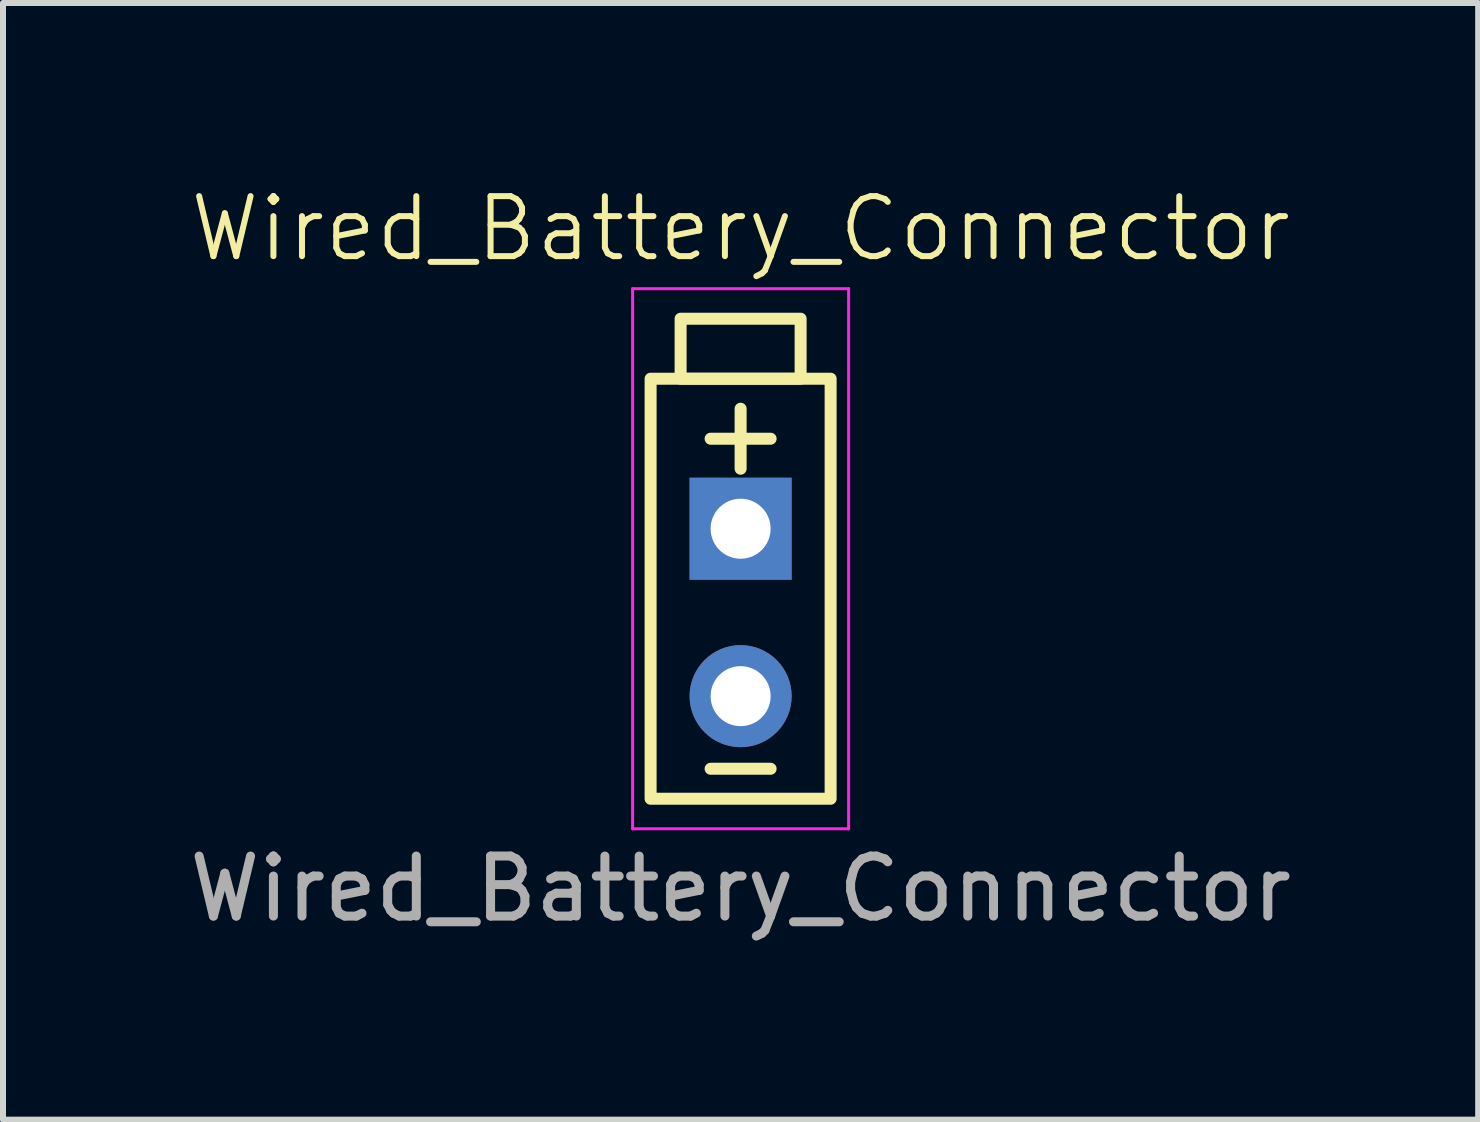
<source format=kicad_pcb>
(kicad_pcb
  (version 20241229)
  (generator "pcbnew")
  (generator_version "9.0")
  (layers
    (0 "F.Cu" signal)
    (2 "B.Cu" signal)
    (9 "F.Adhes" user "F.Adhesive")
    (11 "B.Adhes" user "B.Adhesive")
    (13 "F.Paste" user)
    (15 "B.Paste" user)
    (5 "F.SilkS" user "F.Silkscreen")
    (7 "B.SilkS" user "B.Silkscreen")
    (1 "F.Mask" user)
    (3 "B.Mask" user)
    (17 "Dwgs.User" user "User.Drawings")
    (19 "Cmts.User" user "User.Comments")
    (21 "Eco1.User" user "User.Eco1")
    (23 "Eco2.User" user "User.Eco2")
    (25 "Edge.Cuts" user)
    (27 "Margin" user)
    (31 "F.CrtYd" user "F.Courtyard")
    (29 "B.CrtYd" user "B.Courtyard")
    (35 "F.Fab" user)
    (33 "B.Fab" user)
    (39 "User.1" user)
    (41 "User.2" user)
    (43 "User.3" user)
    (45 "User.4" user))
  (footprint "Wired_Battery_Connector"
    (layer "F.Cu")
    (at 9.292 7.261)
    (property "Reference" "Wired_Battery_Connector" (at 0 -6.5 0) (unlocked yes) (layer "F.SilkS") (effects (font (size 1 1) (thickness 0.1))))
    (attr through_hole)
    (fp_line (start -0.5 -3) (end 0.5 -3) (stroke (width 0.2) (type default)) (layer "F.SilkS"))
    (fp_line (start -0.5 2.5) (end 0.5 2.5) (stroke (width 0.2) (type default)) (layer "F.SilkS"))
    (fp_line (start 0 -3.5) (end 0 -2.5) (stroke (width 0.2) (type default)) (layer "F.SilkS"))
    (fp_rect (start -1.5 -4) (end 1.5 3) (stroke (width 0.2) (type default)) (fill no) (layer "F.SilkS"))
    (fp_rect (start -1 -5) (end 1 -4) (stroke (width 0.2) (type default)) (fill no) (layer "F.SilkS"))
    (fp_line (start -1.8 -5.5) (end -1.8 3.5) (stroke (width 0.05) (type solid)) (layer "F.CrtYd"))
    (fp_line (start -1.8 3.5) (end 1.8 3.5) (stroke (width 0.05) (type solid)) (layer "F.CrtYd"))
    (fp_line (start 1.8 -5.5) (end -1.8 -5.5) (stroke (width 0.05) (type solid)) (layer "F.CrtYd"))
    (fp_line (start 1.8 3.5) (end 1.8 -5.5) (stroke (width 0.05) (type solid)) (layer "F.CrtYd"))
    (fp_text user "${REFERENCE}" (at 0 4.5 0) (unlocked yes) (layer "F.Fab") (effects (font (size 1 1) (thickness 0.15))))
    (pad "1" thru_hole rect (at 0 -1.5) (size 1.7 1.7) (drill 1) (layers "*.Cu" "*.Mask"))
    (pad "2" thru_hole oval (at 0 1.29) (size 1.7 1.7) (drill 1) (layers "*.Cu" "*.Mask")))
  (gr_rect
    (start -3 -3)
    (end 21.583 15.609)
    (stroke (width 0.1) (type default))
    (fill no)
    (layer "Edge.Cuts")))
</source>
